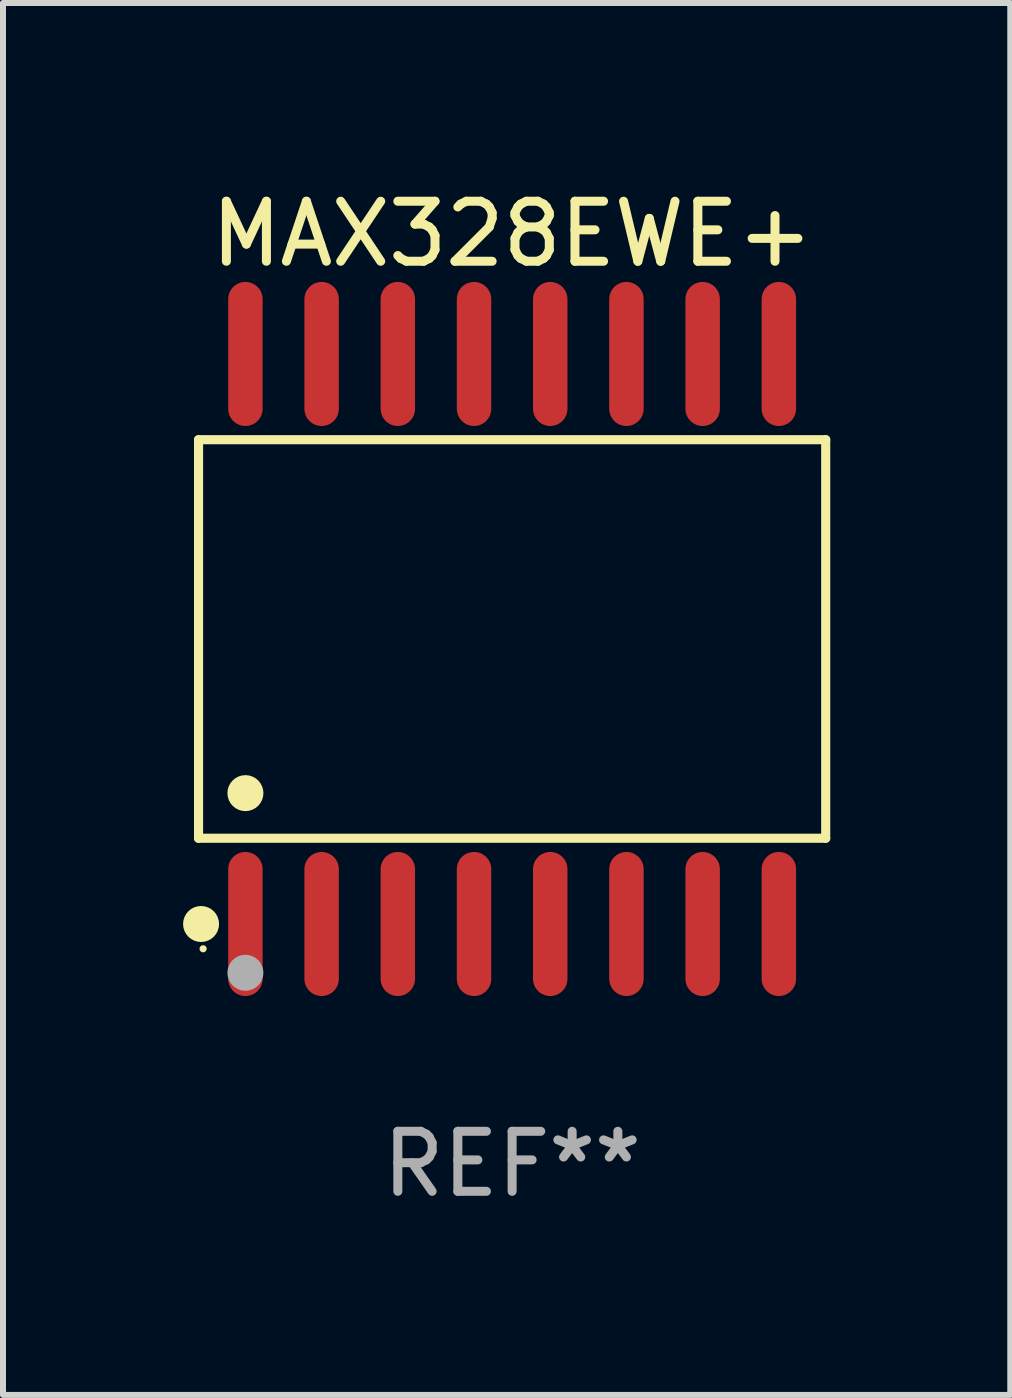
<source format=kicad_pcb>
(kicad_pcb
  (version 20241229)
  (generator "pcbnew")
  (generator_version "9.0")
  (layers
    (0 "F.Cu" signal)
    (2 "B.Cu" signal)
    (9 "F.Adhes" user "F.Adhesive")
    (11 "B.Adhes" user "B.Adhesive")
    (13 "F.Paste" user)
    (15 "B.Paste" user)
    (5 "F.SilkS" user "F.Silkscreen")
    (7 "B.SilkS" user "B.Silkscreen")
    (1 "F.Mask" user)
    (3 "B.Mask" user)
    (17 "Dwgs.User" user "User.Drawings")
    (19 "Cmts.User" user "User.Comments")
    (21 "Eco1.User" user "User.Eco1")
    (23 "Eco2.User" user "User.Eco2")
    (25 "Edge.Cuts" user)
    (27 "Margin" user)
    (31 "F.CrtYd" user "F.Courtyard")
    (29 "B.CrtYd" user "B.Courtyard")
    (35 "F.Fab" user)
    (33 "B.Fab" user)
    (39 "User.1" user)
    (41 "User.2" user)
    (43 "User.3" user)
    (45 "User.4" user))
  (footprint "MAX328EWE+"
    (layer "F.Cu")
    (at 5.485 7.599)
    (property "Reference" "MAX328EWE+" (at 0 -6.75 0) (layer "F.SilkS") (effects (font (size 1 1) (thickness 0.15))))
    (attr through_hole)
    (fp_line (start -5.226 -3.321) (end 5.226 -3.321) (stroke (width 0.152) (type solid)) (layer "F.SilkS"))
    (fp_line (start -5.226 3.321) (end -5.226 -3.321) (stroke (width 0.152) (type solid)) (layer "F.SilkS"))
    (fp_line (start 5.226 -3.321) (end 5.226 3.321) (stroke (width 0.152) (type solid)) (layer "F.SilkS"))
    (fp_line (start 5.226 3.321) (end -5.226 3.321) (stroke (width 0.152) (type solid)) (layer "F.SilkS"))
    (fp_circle (center -5.184 4.75) (end -5.034 4.75) (stroke (width 0.3) (type solid)) (fill no) (layer "F.SilkS"))
    (fp_circle (center -5.15 5.163) (end -5.12 5.163) (stroke (width 0.06) (type solid)) (fill no) (layer "F.SilkS"))
    (fp_circle (center -4.445 2.569) (end -4.295 2.569) (stroke (width 0.3) (type solid)) (fill no) (layer "F.SilkS"))
    (fp_circle (center -4.445 5.563) (end -4.295 5.563) (stroke (width 0.3) (type solid)) (fill no) (layer "F.Fab"))
    (fp_text user "REF**" (at 0 8.75 0) (layer "F.Fab") (effects (font (size 1 1) (thickness 0.15))))
    (pad "1" smd oval (at -4.445 4.75) (size 0.574 2.401) (layers "F.Cu" "F.Mask" "F.Paste"))
    (pad "2" smd oval (at -3.175 4.75) (size 0.574 2.401) (layers "F.Cu" "F.Mask" "F.Paste"))
    (pad "3" smd oval (at -1.905 4.75) (size 0.574 2.401) (layers "F.Cu" "F.Mask" "F.Paste"))
    (pad "4" smd oval (at -0.635 4.75) (size 0.574 2.401) (layers "F.Cu" "F.Mask" "F.Paste"))
    (pad "5" smd oval (at 0.635 4.75) (size 0.574 2.401) (layers "F.Cu" "F.Mask" "F.Paste"))
    (pad "6" smd oval (at 1.905 4.75) (size 0.574 2.401) (layers "F.Cu" "F.Mask" "F.Paste"))
    (pad "7" smd oval (at 3.175 4.75) (size 0.574 2.401) (layers "F.Cu" "F.Mask" "F.Paste"))
    (pad "8" smd oval (at 4.445 4.75) (size 0.574 2.401) (layers "F.Cu" "F.Mask" "F.Paste"))
    (pad "9" smd oval (at 4.445 -4.75) (size 0.574 2.401) (layers "F.Cu" "F.Mask" "F.Paste"))
    (pad "10" smd oval (at 3.175 -4.75) (size 0.574 2.401) (layers "F.Cu" "F.Mask" "F.Paste"))
    (pad "11" smd oval (at 1.905 -4.75) (size 0.574 2.401) (layers "F.Cu" "F.Mask" "F.Paste"))
    (pad "12" smd oval (at 0.635 -4.75) (size 0.574 2.401) (layers "F.Cu" "F.Mask" "F.Paste"))
    (pad "13" smd oval (at -0.635 -4.75) (size 0.574 2.401) (layers "F.Cu" "F.Mask" "F.Paste"))
    (pad "14" smd oval (at -1.905 -4.75) (size 0.574 2.401) (layers "F.Cu" "F.Mask" "F.Paste"))
    (pad "15" smd oval (at -3.175 -4.75) (size 0.574 2.401) (layers "F.Cu" "F.Mask" "F.Paste"))
    (pad "16" smd oval (at -4.445 -4.75) (size 0.574 2.401) (layers "F.Cu" "F.Mask" "F.Paste")))
  (gr_rect
    (start -3 -3)
    (end 13.787 20.197)
    (stroke (width 0.1) (type default))
    (fill no)
    (layer "Edge.Cuts")))
</source>
